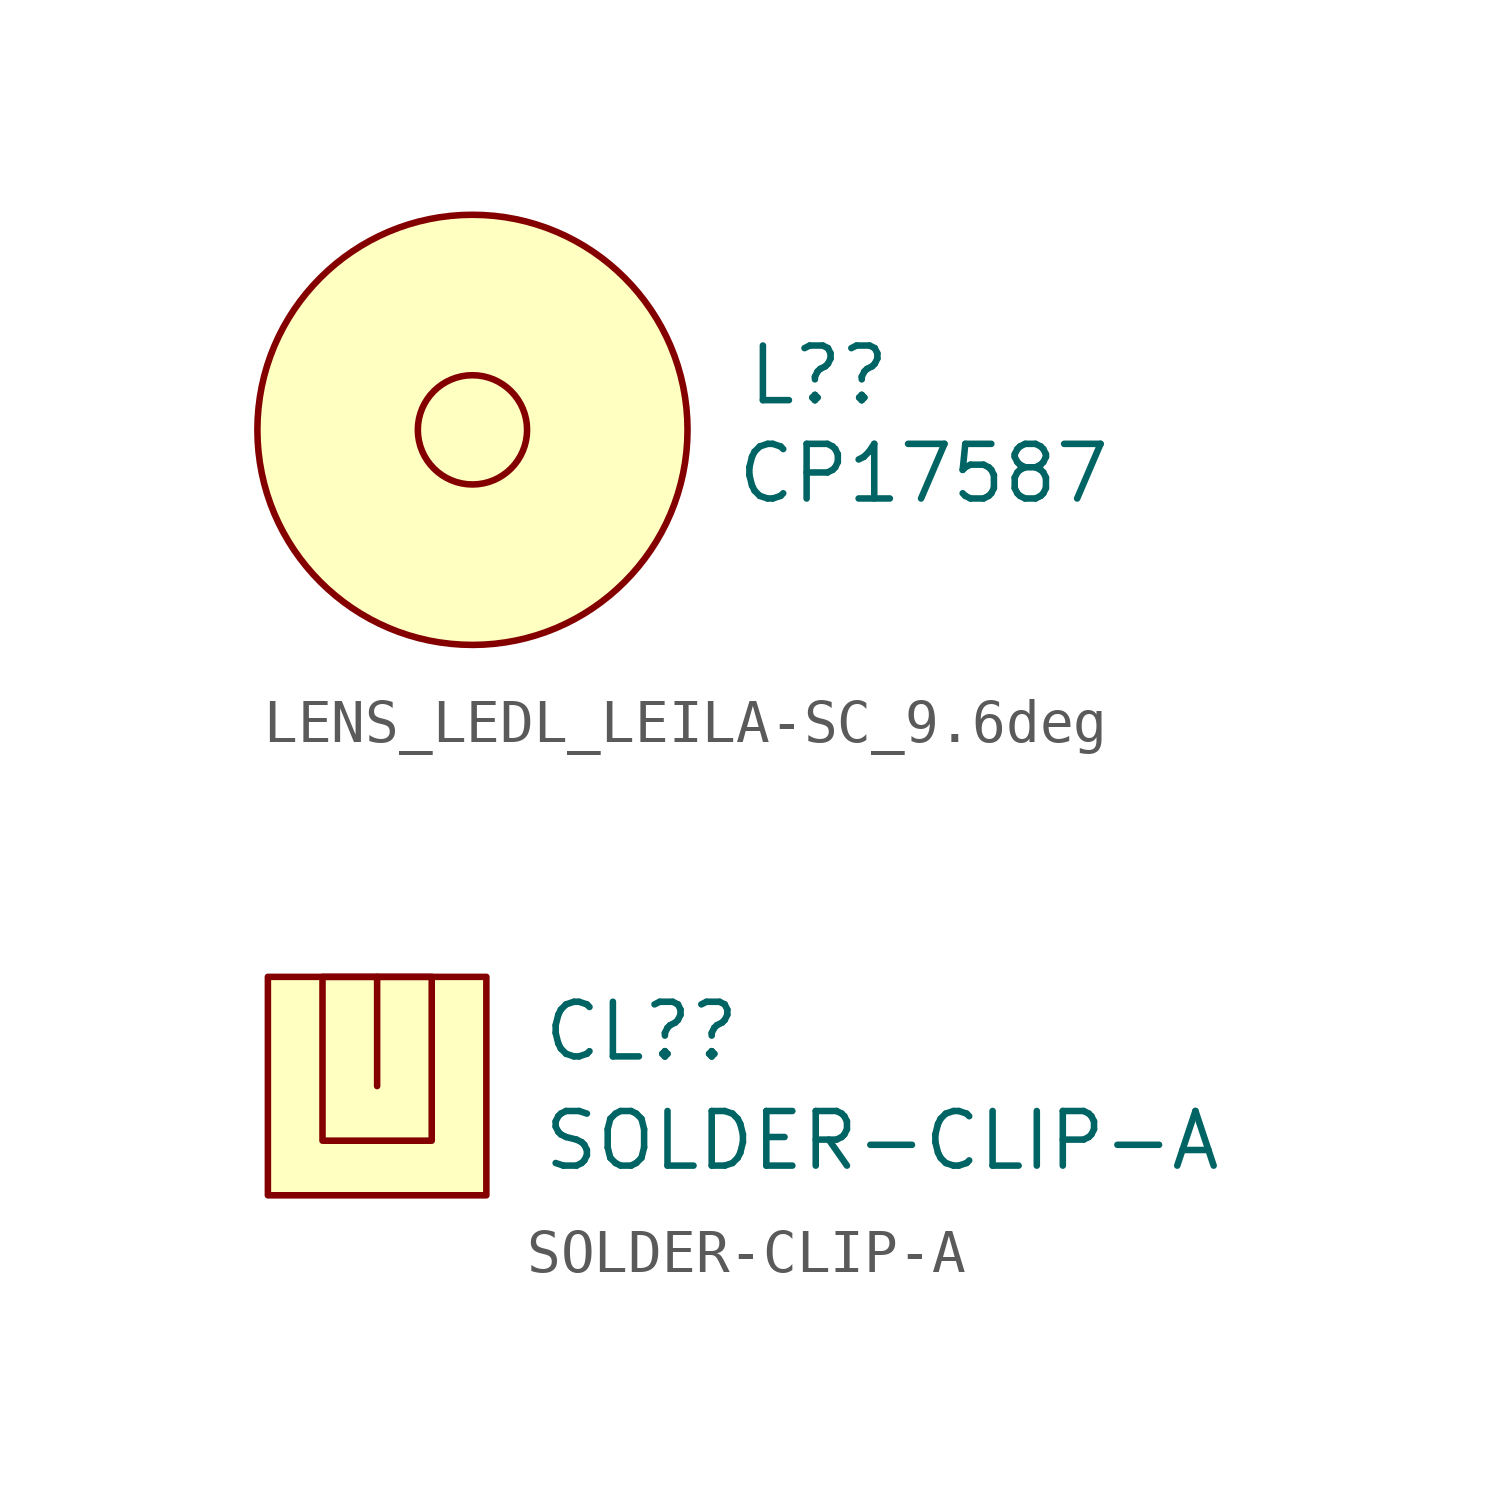
<source format=kicad_sym>
(kicad_symbol_lib
  (version 20231120)
  (generator "kicad_symbol_editor")
  (generator_version "8.0")
  (symbol "LENS_LEDL_LEILA-SC_9.6deg"
    (property "Reference" "L?"
      (at 6.35 1.27 0)
      (effects (font (size 1.27 1.27)) (justify left)))
    (property "Value" "CP17587"
      (at 6.096 -1.016 0)
      (effects (font (size 1.27 1.27)) (justify left)))
    (symbol "LENS_LEDL_LEILA-SC_9.6deg_1_1"
      (circle (center 0 0) (radius 1.27) (stroke (width 0) (type default)) (fill (type color) (color 255 255 255 1)))
      (circle (center 0 0) (radius 5) (stroke (width 0) (type default)) (fill (type color) (color 255 255 194 1)))))
  (symbol "SOLDER-CLIP-A"
    (property "Reference" "CL?"
      (at 6.35 3.81 0)
      (effects (font (size 1.27 1.27)) (justify left)))
    (property "Value" "SOLDER-CLIP-A"
      (at 6.35 1.27 0)
      (effects (font (size 1.27 1.27)) (justify left)))
    (symbol "SOLDER-CLIP-A_0_1"
      (polyline (pts (xy 2.54 2.54) (xy 2.54 5.08)) (stroke (width 0) (type default)) (fill (type none)))
      (rectangle (start 0 5.08) (end 5.08 0) (stroke (width 0) (type default)) (fill (type background)))
      (rectangle (start 1.27 5.08) (end 3.81 1.27) (stroke (width 0) (type default)) (fill (type none))))))
</source>
